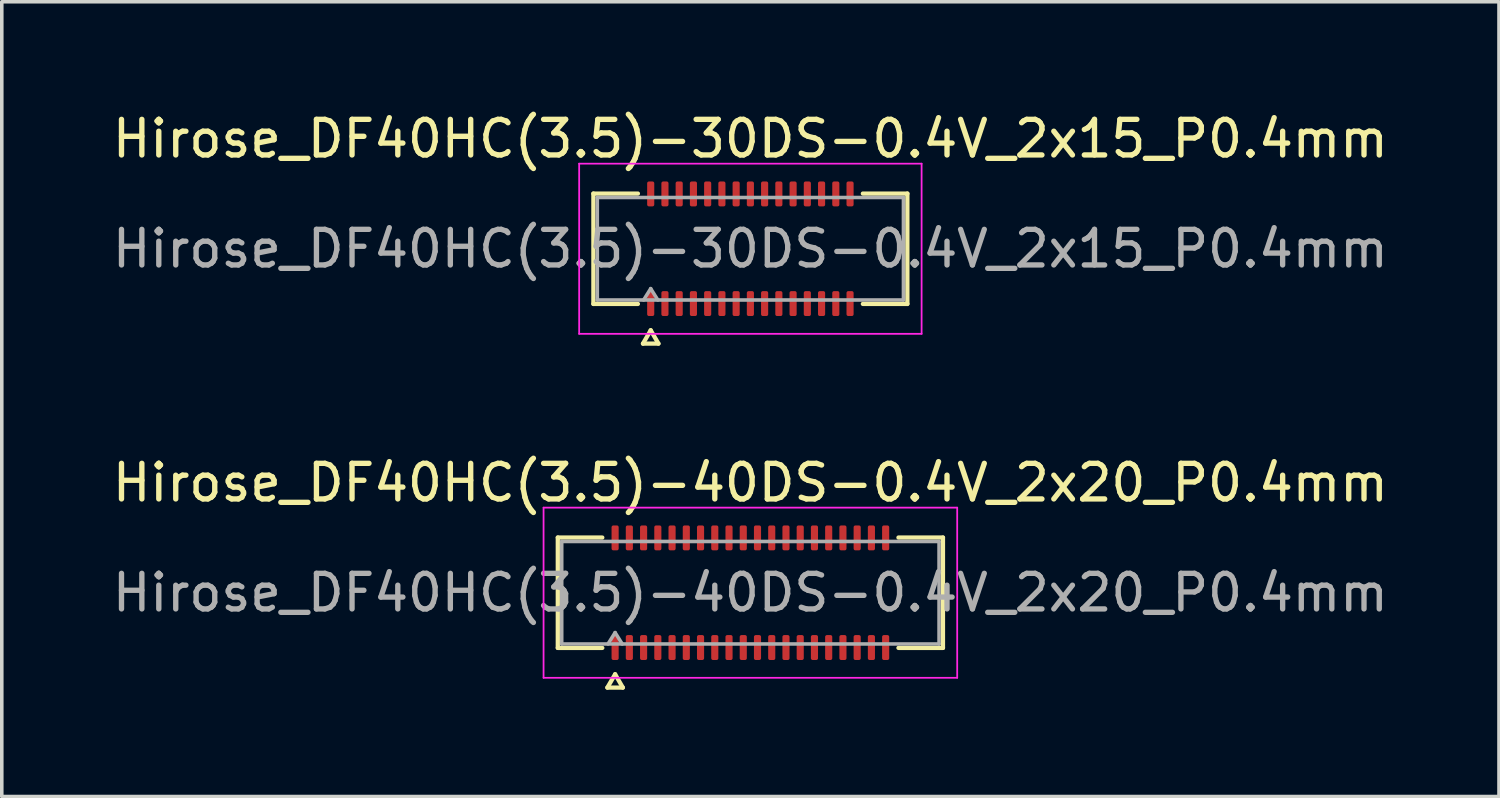
<source format=kicad_pcb>
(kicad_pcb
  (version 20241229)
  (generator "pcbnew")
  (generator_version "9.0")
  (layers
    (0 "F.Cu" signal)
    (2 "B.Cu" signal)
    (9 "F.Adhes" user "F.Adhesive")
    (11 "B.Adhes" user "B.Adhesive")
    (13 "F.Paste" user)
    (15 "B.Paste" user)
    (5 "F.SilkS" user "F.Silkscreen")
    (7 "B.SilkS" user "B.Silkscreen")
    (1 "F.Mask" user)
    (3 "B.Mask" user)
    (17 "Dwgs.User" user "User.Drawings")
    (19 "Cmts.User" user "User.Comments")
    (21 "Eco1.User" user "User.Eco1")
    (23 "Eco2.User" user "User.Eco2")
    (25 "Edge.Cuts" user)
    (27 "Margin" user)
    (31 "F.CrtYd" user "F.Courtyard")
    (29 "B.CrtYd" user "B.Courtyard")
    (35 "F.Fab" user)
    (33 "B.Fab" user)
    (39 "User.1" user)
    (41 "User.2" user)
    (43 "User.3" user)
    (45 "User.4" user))
  (footprint "Hirose_DF40HC(3.5)-30DS-0.4V_2x15_P0.4mm"
    (layer "F.Cu")
    (at 18.03 3.938)
    (property "Reference" "Hirose_DF40HC(3.5)-30DS-0.4V_2x15_P0.4mm" (at 0 -3.09 0) (layer "F.SilkS") (effects (font (size 1 1) (thickness 0.15))))
    (attr smd)
    (fp_line (start -4.41 -1.55) (end -3.16 -1.55) (stroke (width 0.12) (type solid)) (layer "F.SilkS"))
    (fp_line (start -4.41 1.55) (end -4.41 -1.55) (stroke (width 0.12) (type solid)) (layer "F.SilkS"))
    (fp_line (start -3.16 1.55) (end -4.41 1.55) (stroke (width 0.12) (type solid)) (layer "F.SilkS"))
    (fp_line (start -3.017 2.665) (end -2.8 2.29) (stroke (width 0.12) (type solid)) (layer "F.SilkS"))
    (fp_line (start -2.8 2.29) (end -2.583 2.665) (stroke (width 0.12) (type solid)) (layer "F.SilkS"))
    (fp_line (start -2.583 2.665) (end -3.017 2.665) (stroke (width 0.12) (type solid)) (layer "F.SilkS"))
    (fp_line (start 3.16 -1.55) (end 4.41 -1.55) (stroke (width 0.12) (type solid)) (layer "F.SilkS"))
    (fp_line (start 4.41 -1.55) (end 4.41 1.55) (stroke (width 0.12) (type solid)) (layer "F.SilkS"))
    (fp_line (start 4.41 1.55) (end 3.16 1.55) (stroke (width 0.12) (type solid)) (layer "F.SilkS"))
    (fp_line (start -4.81 -2.39) (end -4.81 2.39) (stroke (width 0.05) (type solid)) (layer "F.CrtYd"))
    (fp_line (start -4.81 2.39) (end 4.81 2.39) (stroke (width 0.05) (type solid)) (layer "F.CrtYd"))
    (fp_line (start 4.81 -2.39) (end -4.81 -2.39) (stroke (width 0.05) (type solid)) (layer "F.CrtYd"))
    (fp_line (start 4.81 2.39) (end 4.81 -2.39) (stroke (width 0.05) (type solid)) (layer "F.CrtYd"))
    (fp_line (start -4.3 -1.44) (end 4.3 -1.44) (stroke (width 0.1) (type solid)) (layer "F.Fab"))
    (fp_line (start -4.3 1.44) (end -4.3 -1.44) (stroke (width 0.1) (type solid)) (layer "F.Fab"))
    (fp_line (start -3 1.44) (end -2.8 1.12) (stroke (width 0.1) (type solid)) (layer "F.Fab"))
    (fp_line (start -2.8 1.12) (end -2.6 1.44) (stroke (width 0.1) (type solid)) (layer "F.Fab"))
    (fp_line (start 4.3 -1.44) (end 4.3 1.44) (stroke (width 0.1) (type solid)) (layer "F.Fab"))
    (fp_line (start 4.3 1.44) (end -4.3 1.44) (stroke (width 0.1) (type solid)) (layer "F.Fab"))
    (fp_text user "${REFERENCE}" (at 0 0 0) (layer "F.Fab") (effects (font (size 1 1) (thickness 0.15))))
    (pad "1" smd roundrect (at -2.8 1.54) (size 0.2 0.7) (layers "F.Cu" "F.Mask" "F.Paste") (roundrect_rratio 0.25))
    (pad "2" smd roundrect (at -2.8 -1.54) (size 0.2 0.7) (layers "F.Cu" "F.Mask" "F.Paste") (roundrect_rratio 0.25))
    (pad "3" smd roundrect (at -2.4 1.54) (size 0.2 0.7) (layers "F.Cu" "F.Mask" "F.Paste") (roundrect_rratio 0.25))
    (pad "4" smd roundrect (at -2.4 -1.54) (size 0.2 0.7) (layers "F.Cu" "F.Mask" "F.Paste") (roundrect_rratio 0.25))
    (pad "5" smd roundrect (at -2 1.54) (size 0.2 0.7) (layers "F.Cu" "F.Mask" "F.Paste") (roundrect_rratio 0.25))
    (pad "6" smd roundrect (at -2 -1.54) (size 0.2 0.7) (layers "F.Cu" "F.Mask" "F.Paste") (roundrect_rratio 0.25))
    (pad "7" smd roundrect (at -1.6 1.54) (size 0.2 0.7) (layers "F.Cu" "F.Mask" "F.Paste") (roundrect_rratio 0.25))
    (pad "8" smd roundrect (at -1.6 -1.54) (size 0.2 0.7) (layers "F.Cu" "F.Mask" "F.Paste") (roundrect_rratio 0.25))
    (pad "9" smd roundrect (at -1.2 1.54) (size 0.2 0.7) (layers "F.Cu" "F.Mask" "F.Paste") (roundrect_rratio 0.25))
    (pad "10" smd roundrect (at -1.2 -1.54) (size 0.2 0.7) (layers "F.Cu" "F.Mask" "F.Paste") (roundrect_rratio 0.25))
    (pad "11" smd roundrect (at -0.8 1.54) (size 0.2 0.7) (layers "F.Cu" "F.Mask" "F.Paste") (roundrect_rratio 0.25))
    (pad "12" smd roundrect (at -0.8 -1.54) (size 0.2 0.7) (layers "F.Cu" "F.Mask" "F.Paste") (roundrect_rratio 0.25))
    (pad "13" smd roundrect (at -0.4 1.54) (size 0.2 0.7) (layers "F.Cu" "F.Mask" "F.Paste") (roundrect_rratio 0.25))
    (pad "14" smd roundrect (at -0.4 -1.54) (size 0.2 0.7) (layers "F.Cu" "F.Mask" "F.Paste") (roundrect_rratio 0.25))
    (pad "15" smd roundrect (at 0 1.54) (size 0.2 0.7) (layers "F.Cu" "F.Mask" "F.Paste") (roundrect_rratio 0.25))
    (pad "16" smd roundrect (at 0 -1.54) (size 0.2 0.7) (layers "F.Cu" "F.Mask" "F.Paste") (roundrect_rratio 0.25))
    (pad "17" smd roundrect (at 0.4 1.54) (size 0.2 0.7) (layers "F.Cu" "F.Mask" "F.Paste") (roundrect_rratio 0.25))
    (pad "18" smd roundrect (at 0.4 -1.54) (size 0.2 0.7) (layers "F.Cu" "F.Mask" "F.Paste") (roundrect_rratio 0.25))
    (pad "19" smd roundrect (at 0.8 1.54) (size 0.2 0.7) (layers "F.Cu" "F.Mask" "F.Paste") (roundrect_rratio 0.25))
    (pad "20" smd roundrect (at 0.8 -1.54) (size 0.2 0.7) (layers "F.Cu" "F.Mask" "F.Paste") (roundrect_rratio 0.25))
    (pad "21" smd roundrect (at 1.2 1.54) (size 0.2 0.7) (layers "F.Cu" "F.Mask" "F.Paste") (roundrect_rratio 0.25))
    (pad "22" smd roundrect (at 1.2 -1.54) (size 0.2 0.7) (layers "F.Cu" "F.Mask" "F.Paste") (roundrect_rratio 0.25))
    (pad "23" smd roundrect (at 1.6 1.54) (size 0.2 0.7) (layers "F.Cu" "F.Mask" "F.Paste") (roundrect_rratio 0.25))
    (pad "24" smd roundrect (at 1.6 -1.54) (size 0.2 0.7) (layers "F.Cu" "F.Mask" "F.Paste") (roundrect_rratio 0.25))
    (pad "25" smd roundrect (at 2 1.54) (size 0.2 0.7) (layers "F.Cu" "F.Mask" "F.Paste") (roundrect_rratio 0.25))
    (pad "26" smd roundrect (at 2 -1.54) (size 0.2 0.7) (layers "F.Cu" "F.Mask" "F.Paste") (roundrect_rratio 0.25))
    (pad "27" smd roundrect (at 2.4 1.54) (size 0.2 0.7) (layers "F.Cu" "F.Mask" "F.Paste") (roundrect_rratio 0.25))
    (pad "28" smd roundrect (at 2.4 -1.54) (size 0.2 0.7) (layers "F.Cu" "F.Mask" "F.Paste") (roundrect_rratio 0.25))
    (pad "29" smd roundrect (at 2.8 1.54) (size 0.2 0.7) (layers "F.Cu" "F.Mask" "F.Paste") (roundrect_rratio 0.25))
    (pad "30" smd roundrect (at 2.8 -1.54) (size 0.2 0.7) (layers "F.Cu" "F.Mask" "F.Paste") (roundrect_rratio 0.25)))
  (footprint "Hirose_DF40HC(3.5)-40DS-0.4V_2x20_P0.4mm"
    (layer "F.Cu")
    (at 18.03 13.601)
    (property "Reference" "Hirose_DF40HC(3.5)-40DS-0.4V_2x20_P0.4mm" (at 0 -3.09 0) (layer "F.SilkS") (effects (font (size 1 1) (thickness 0.15))))
    (attr smd)
    (fp_line (start -5.41 -1.55) (end -4.16 -1.55) (stroke (width 0.12) (type solid)) (layer "F.SilkS"))
    (fp_line (start -5.41 1.55) (end -5.41 -1.55) (stroke (width 0.12) (type solid)) (layer "F.SilkS"))
    (fp_line (start -4.16 1.55) (end -5.41 1.55) (stroke (width 0.12) (type solid)) (layer "F.SilkS"))
    (fp_line (start -4.017 2.665) (end -3.8 2.29) (stroke (width 0.12) (type solid)) (layer "F.SilkS"))
    (fp_line (start -3.8 2.29) (end -3.583 2.665) (stroke (width 0.12) (type solid)) (layer "F.SilkS"))
    (fp_line (start -3.583 2.665) (end -4.017 2.665) (stroke (width 0.12) (type solid)) (layer "F.SilkS"))
    (fp_line (start 4.16 -1.55) (end 5.41 -1.55) (stroke (width 0.12) (type solid)) (layer "F.SilkS"))
    (fp_line (start 5.41 -1.55) (end 5.41 1.55) (stroke (width 0.12) (type solid)) (layer "F.SilkS"))
    (fp_line (start 5.41 1.55) (end 4.16 1.55) (stroke (width 0.12) (type solid)) (layer "F.SilkS"))
    (fp_line (start -5.81 -2.39) (end -5.81 2.39) (stroke (width 0.05) (type solid)) (layer "F.CrtYd"))
    (fp_line (start -5.81 2.39) (end 5.81 2.39) (stroke (width 0.05) (type solid)) (layer "F.CrtYd"))
    (fp_line (start 5.81 -2.39) (end -5.81 -2.39) (stroke (width 0.05) (type solid)) (layer "F.CrtYd"))
    (fp_line (start 5.81 2.39) (end 5.81 -2.39) (stroke (width 0.05) (type solid)) (layer "F.CrtYd"))
    (fp_line (start -5.3 -1.44) (end 5.3 -1.44) (stroke (width 0.1) (type solid)) (layer "F.Fab"))
    (fp_line (start -5.3 1.44) (end -5.3 -1.44) (stroke (width 0.1) (type solid)) (layer "F.Fab"))
    (fp_line (start -4 1.44) (end -3.8 1.12) (stroke (width 0.1) (type solid)) (layer "F.Fab"))
    (fp_line (start -3.8 1.12) (end -3.6 1.44) (stroke (width 0.1) (type solid)) (layer "F.Fab"))
    (fp_line (start 5.3 -1.44) (end 5.3 1.44) (stroke (width 0.1) (type solid)) (layer "F.Fab"))
    (fp_line (start 5.3 1.44) (end -5.3 1.44) (stroke (width 0.1) (type solid)) (layer "F.Fab"))
    (fp_text user "${REFERENCE}" (at 0 0 0) (layer "F.Fab") (effects (font (size 1 1) (thickness 0.15))))
    (pad "1" smd roundrect (at -3.8 1.54) (size 0.2 0.7) (layers "F.Cu" "F.Mask" "F.Paste") (roundrect_rratio 0.25))
    (pad "2" smd roundrect (at -3.8 -1.54) (size 0.2 0.7) (layers "F.Cu" "F.Mask" "F.Paste") (roundrect_rratio 0.25))
    (pad "3" smd roundrect (at -3.4 1.54) (size 0.2 0.7) (layers "F.Cu" "F.Mask" "F.Paste") (roundrect_rratio 0.25))
    (pad "4" smd roundrect (at -3.4 -1.54) (size 0.2 0.7) (layers "F.Cu" "F.Mask" "F.Paste") (roundrect_rratio 0.25))
    (pad "5" smd roundrect (at -3 1.54) (size 0.2 0.7) (layers "F.Cu" "F.Mask" "F.Paste") (roundrect_rratio 0.25))
    (pad "6" smd roundrect (at -3 -1.54) (size 0.2 0.7) (layers "F.Cu" "F.Mask" "F.Paste") (roundrect_rratio 0.25))
    (pad "7" smd roundrect (at -2.6 1.54) (size 0.2 0.7) (layers "F.Cu" "F.Mask" "F.Paste") (roundrect_rratio 0.25))
    (pad "8" smd roundrect (at -2.6 -1.54) (size 0.2 0.7) (layers "F.Cu" "F.Mask" "F.Paste") (roundrect_rratio 0.25))
    (pad "9" smd roundrect (at -2.2 1.54) (size 0.2 0.7) (layers "F.Cu" "F.Mask" "F.Paste") (roundrect_rratio 0.25))
    (pad "10" smd roundrect (at -2.2 -1.54) (size 0.2 0.7) (layers "F.Cu" "F.Mask" "F.Paste") (roundrect_rratio 0.25))
    (pad "11" smd roundrect (at -1.8 1.54) (size 0.2 0.7) (layers "F.Cu" "F.Mask" "F.Paste") (roundrect_rratio 0.25))
    (pad "12" smd roundrect (at -1.8 -1.54) (size 0.2 0.7) (layers "F.Cu" "F.Mask" "F.Paste") (roundrect_rratio 0.25))
    (pad "13" smd roundrect (at -1.4 1.54) (size 0.2 0.7) (layers "F.Cu" "F.Mask" "F.Paste") (roundrect_rratio 0.25))
    (pad "14" smd roundrect (at -1.4 -1.54) (size 0.2 0.7) (layers "F.Cu" "F.Mask" "F.Paste") (roundrect_rratio 0.25))
    (pad "15" smd roundrect (at -1 1.54) (size 0.2 0.7) (layers "F.Cu" "F.Mask" "F.Paste") (roundrect_rratio 0.25))
    (pad "16" smd roundrect (at -1 -1.54) (size 0.2 0.7) (layers "F.Cu" "F.Mask" "F.Paste") (roundrect_rratio 0.25))
    (pad "17" smd roundrect (at -0.6 1.54) (size 0.2 0.7) (layers "F.Cu" "F.Mask" "F.Paste") (roundrect_rratio 0.25))
    (pad "18" smd roundrect (at -0.6 -1.54) (size 0.2 0.7) (layers "F.Cu" "F.Mask" "F.Paste") (roundrect_rratio 0.25))
    (pad "19" smd roundrect (at -0.2 1.54) (size 0.2 0.7) (layers "F.Cu" "F.Mask" "F.Paste") (roundrect_rratio 0.25))
    (pad "20" smd roundrect (at -0.2 -1.54) (size 0.2 0.7) (layers "F.Cu" "F.Mask" "F.Paste") (roundrect_rratio 0.25))
    (pad "21" smd roundrect (at 0.2 1.54) (size 0.2 0.7) (layers "F.Cu" "F.Mask" "F.Paste") (roundrect_rratio 0.25))
    (pad "22" smd roundrect (at 0.2 -1.54) (size 0.2 0.7) (layers "F.Cu" "F.Mask" "F.Paste") (roundrect_rratio 0.25))
    (pad "23" smd roundrect (at 0.6 1.54) (size 0.2 0.7) (layers "F.Cu" "F.Mask" "F.Paste") (roundrect_rratio 0.25))
    (pad "24" smd roundrect (at 0.6 -1.54) (size 0.2 0.7) (layers "F.Cu" "F.Mask" "F.Paste") (roundrect_rratio 0.25))
    (pad "25" smd roundrect (at 1 1.54) (size 0.2 0.7) (layers "F.Cu" "F.Mask" "F.Paste") (roundrect_rratio 0.25))
    (pad "26" smd roundrect (at 1 -1.54) (size 0.2 0.7) (layers "F.Cu" "F.Mask" "F.Paste") (roundrect_rratio 0.25))
    (pad "27" smd roundrect (at 1.4 1.54) (size 0.2 0.7) (layers "F.Cu" "F.Mask" "F.Paste") (roundrect_rratio 0.25))
    (pad "28" smd roundrect (at 1.4 -1.54) (size 0.2 0.7) (layers "F.Cu" "F.Mask" "F.Paste") (roundrect_rratio 0.25))
    (pad "29" smd roundrect (at 1.8 1.54) (size 0.2 0.7) (layers "F.Cu" "F.Mask" "F.Paste") (roundrect_rratio 0.25))
    (pad "30" smd roundrect (at 1.8 -1.54) (size 0.2 0.7) (layers "F.Cu" "F.Mask" "F.Paste") (roundrect_rratio 0.25))
    (pad "31" smd roundrect (at 2.2 1.54) (size 0.2 0.7) (layers "F.Cu" "F.Mask" "F.Paste") (roundrect_rratio 0.25))
    (pad "32" smd roundrect (at 2.2 -1.54) (size 0.2 0.7) (layers "F.Cu" "F.Mask" "F.Paste") (roundrect_rratio 0.25))
    (pad "33" smd roundrect (at 2.6 1.54) (size 0.2 0.7) (layers "F.Cu" "F.Mask" "F.Paste") (roundrect_rratio 0.25))
    (pad "34" smd roundrect (at 2.6 -1.54) (size 0.2 0.7) (layers "F.Cu" "F.Mask" "F.Paste") (roundrect_rratio 0.25))
    (pad "35" smd roundrect (at 3 1.54) (size 0.2 0.7) (layers "F.Cu" "F.Mask" "F.Paste") (roundrect_rratio 0.25))
    (pad "36" smd roundrect (at 3 -1.54) (size 0.2 0.7) (layers "F.Cu" "F.Mask" "F.Paste") (roundrect_rratio 0.25))
    (pad "37" smd roundrect (at 3.4 1.54) (size 0.2 0.7) (layers "F.Cu" "F.Mask" "F.Paste") (roundrect_rratio 0.25))
    (pad "38" smd roundrect (at 3.4 -1.54) (size 0.2 0.7) (layers "F.Cu" "F.Mask" "F.Paste") (roundrect_rratio 0.25))
    (pad "39" smd roundrect (at 3.8 1.54) (size 0.2 0.7) (layers "F.Cu" "F.Mask" "F.Paste") (roundrect_rratio 0.25))
    (pad "40" smd roundrect (at 3.8 -1.54) (size 0.2 0.7) (layers "F.Cu" "F.Mask" "F.Paste") (roundrect_rratio 0.25)))
  (gr_rect
    (start -3 -3)
    (end 39.06 19.326)
    (stroke (width 0.1) (type default))
    (fill no)
    (layer "Edge.Cuts")))
</source>
